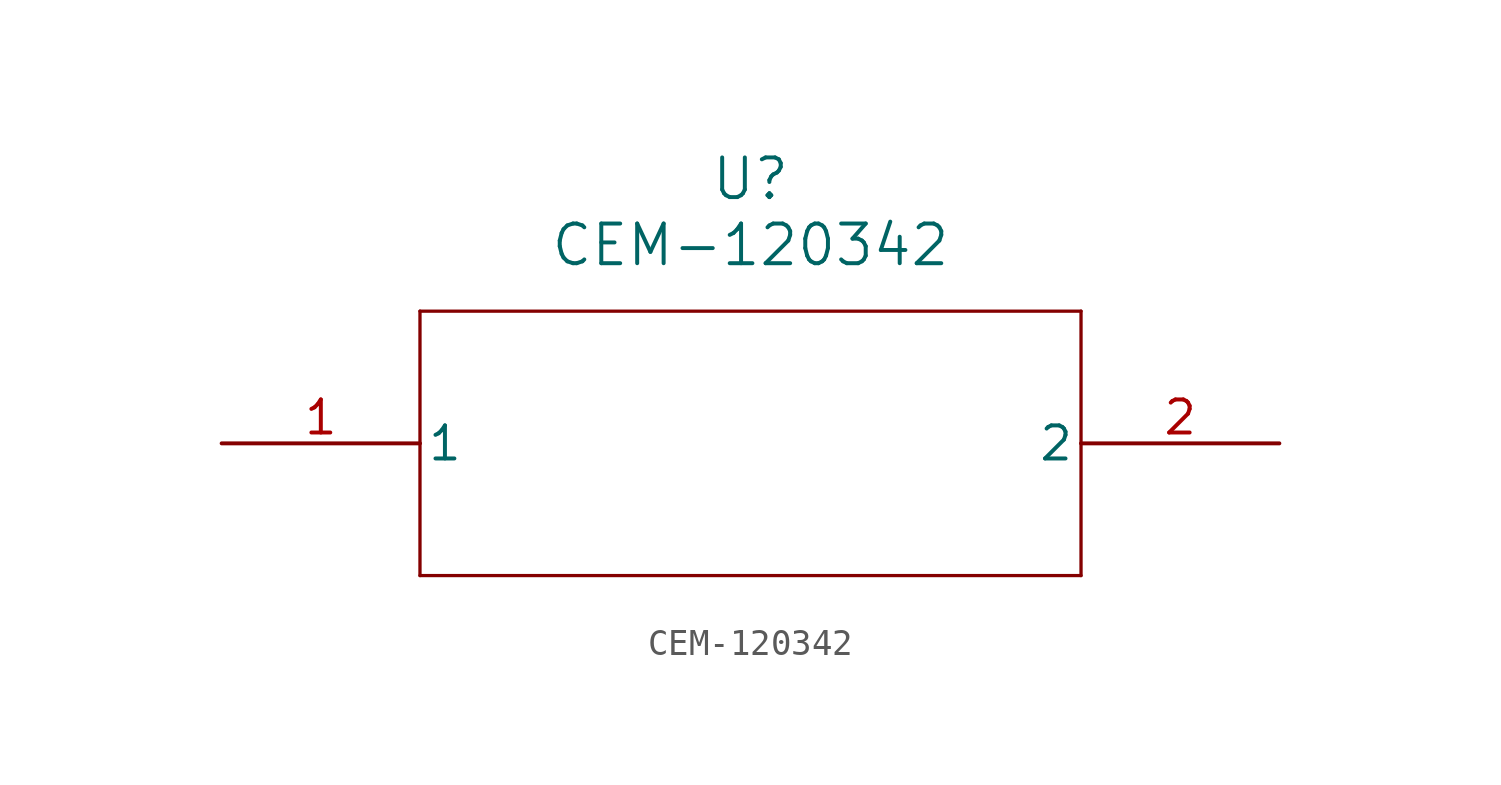
<source format=kicad_sym>
(kicad_symbol_lib
  (version 20211014)
  (generator kicad_symbol_editor)
  (symbol "CEM-120342"
    (pin_names
      (offset 0.254))
    (property "Reference" "U"
      (at 20.32 10.16 0)
      (effects (font (size 1.524 1.524))))
    (property "Value" "CEM-120342"
      (at 20.32 7.62 0)
      (effects (font (size 1.524 1.524))))
    (symbol "CEM-120342_0_1"
      (polyline (pts (xy 7.62 5.08) (xy 7.62 -5.08)) (stroke (width 0.127) (type default) (color 0 0 0 0)) (fill (type none)))
      (polyline (pts (xy 7.62 -5.08) (xy 33.02 -5.08)) (stroke (width 0.127) (type default) (color 0 0 0 0)) (fill (type none)))
      (polyline (pts (xy 33.02 -5.08) (xy 33.02 5.08)) (stroke (width 0.127) (type default) (color 0 0 0 0)) (fill (type none)))
      (polyline (pts (xy 33.02 5.08) (xy 7.62 5.08)) (stroke (width 0.127) (type default) (color 0 0 0 0)) (fill (type none)))
      (pin unspecified line (at 0 0 0) (length 7.62) (name "1" (effects (font (size 1.27 1.27)))) (number "1" (effects (font (size 1.27 1.27)))))
      (pin unspecified line (at 40.64 0 180) (length 7.62) (name "2" (effects (font (size 1.27 1.27)))) (number "2" (effects (font (size 1.27 1.27))))))))
</source>
